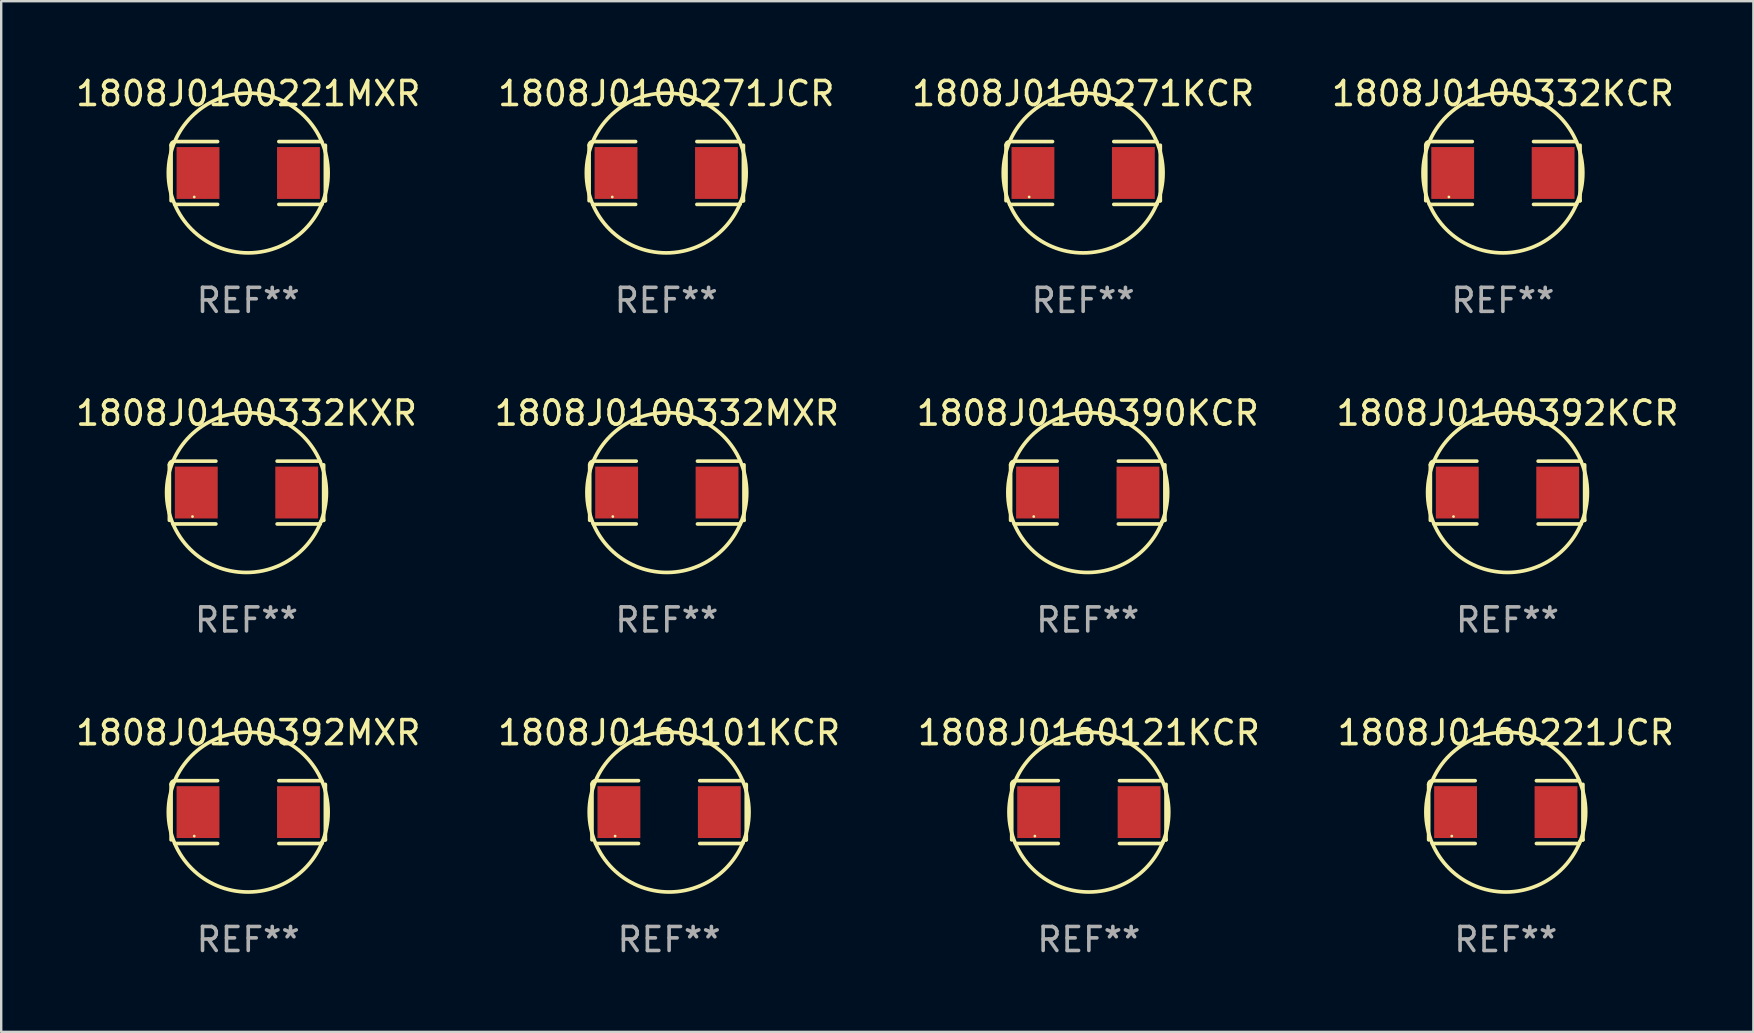
<source format=kicad_pcb>
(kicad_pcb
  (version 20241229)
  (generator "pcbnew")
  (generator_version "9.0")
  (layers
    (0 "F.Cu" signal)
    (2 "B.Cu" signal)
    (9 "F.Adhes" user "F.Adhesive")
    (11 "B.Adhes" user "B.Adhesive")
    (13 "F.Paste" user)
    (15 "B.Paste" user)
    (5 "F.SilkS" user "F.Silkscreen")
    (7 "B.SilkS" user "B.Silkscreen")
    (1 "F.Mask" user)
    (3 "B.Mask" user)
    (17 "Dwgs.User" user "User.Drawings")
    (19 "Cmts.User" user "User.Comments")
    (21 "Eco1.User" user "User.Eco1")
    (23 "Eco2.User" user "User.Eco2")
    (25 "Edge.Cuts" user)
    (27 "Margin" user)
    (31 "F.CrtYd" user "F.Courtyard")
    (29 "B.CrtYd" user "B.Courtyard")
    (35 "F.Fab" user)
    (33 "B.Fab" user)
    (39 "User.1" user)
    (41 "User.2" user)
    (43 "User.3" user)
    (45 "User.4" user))
  (footprint "1808J0100271JCR"
    (layer "F.Cu")
    (at 24.708 4.157)
    (property "Reference" "1808J0100271JCR" (at 0 -3.309 0) (layer "F.SilkS") (effects (font (size 1 1) (thickness 0.15))))
    (attr through_hole)
    (fp_line (start -3.214 -1.156) (end -3.214 1.156) (stroke (width 0.152) (type solid)) (layer "F.SilkS"))
    (fp_line (start -3.061 1.309) (end -1.276 1.309) (stroke (width 0.152) (type solid)) (layer "F.SilkS"))
    (fp_line (start -1.276 -1.309) (end -3.061 -1.309) (stroke (width 0.152) (type solid)) (layer "F.SilkS"))
    (fp_line (start 1.276 -1.309) (end 3.061 -1.309) (stroke (width 0.152) (type solid)) (layer "F.SilkS"))
    (fp_line (start 3.061 1.309) (end 1.276 1.309) (stroke (width 0.152) (type solid)) (layer "F.SilkS"))
    (fp_line (start 3.214 -1.156) (end 3.214 1.156) (stroke (width 0.152) (type solid)) (layer "F.SilkS"))
    (fp_arc (start -3.21359 -1.15621) (mid -3.168953 -1.263974) (end -3.061189 -1.308611) (stroke (width 0.1524) (type solid)) (layer "F.SilkS"))
    (fp_arc (start 3.061188 1.308611) (mid 3.105825 1.200847) (end 3.213589 1.15621) (stroke (width 0.1524) (type solid)) (layer "F.SilkS"))
    (fp_arc (start 3.061189 -1.308611) (mid -3.061167 1.308589) (end 3.061189 -1.308611) (stroke (width 0.1524) (type solid)) (layer "F.SilkS"))
    (fp_circle (center -2.25 1) (end -2.22 1) (stroke (width 0.06) (type solid)) (fill no) (layer "F.SilkS"))
    (fp_text user "REF**" (at 0 5.309 0) (layer "F.Fab") (effects (font (size 1 1) (thickness 0.15))))
    (pad "1" smd rect (at -2.092 0) (size 1.785 2.16) (layers "F.Cu" "F.Mask" "F.Paste"))
    (pad "2" smd rect (at 2.092 0) (size 1.785 2.16) (layers "F.Cu" "F.Mask" "F.Paste")))
  (footprint "1808J0160121KCR"
    (layer "F.Cu")
    (at 42.315 30.784)
    (property "Reference" "1808J0160121KCR" (at 0 -3.309 0) (layer "F.SilkS") (effects (font (size 1 1) (thickness 0.15))))
    (attr through_hole)
    (fp_line (start -3.214 -1.156) (end -3.214 1.156) (stroke (width 0.152) (type solid)) (layer "F.SilkS"))
    (fp_line (start -3.061 1.309) (end -1.276 1.309) (stroke (width 0.152) (type solid)) (layer "F.SilkS"))
    (fp_line (start -1.276 -1.309) (end -3.061 -1.309) (stroke (width 0.152) (type solid)) (layer "F.SilkS"))
    (fp_line (start 1.276 -1.309) (end 3.061 -1.309) (stroke (width 0.152) (type solid)) (layer "F.SilkS"))
    (fp_line (start 3.061 1.309) (end 1.276 1.309) (stroke (width 0.152) (type solid)) (layer "F.SilkS"))
    (fp_line (start 3.214 -1.156) (end 3.214 1.156) (stroke (width 0.152) (type solid)) (layer "F.SilkS"))
    (fp_arc (start -3.21359 -1.15621) (mid -3.168953 -1.263974) (end -3.061189 -1.308611) (stroke (width 0.1524) (type solid)) (layer "F.SilkS"))
    (fp_arc (start 3.061188 1.308611) (mid 3.105825 1.200847) (end 3.213589 1.15621) (stroke (width 0.1524) (type solid)) (layer "F.SilkS"))
    (fp_arc (start 3.061189 -1.308611) (mid -3.061167 1.308589) (end 3.061189 -1.308611) (stroke (width 0.1524) (type solid)) (layer "F.SilkS"))
    (fp_circle (center -2.25 1) (end -2.22 1) (stroke (width 0.06) (type solid)) (fill no) (layer "F.SilkS"))
    (fp_text user "REF**" (at 0 5.309 0) (layer "F.Fab") (effects (font (size 1 1) (thickness 0.15))))
    (pad "1" smd rect (at -2.092 0) (size 1.785 2.16) (layers "F.Cu" "F.Mask" "F.Paste"))
    (pad "2" smd rect (at 2.092 0) (size 1.785 2.16) (layers "F.Cu" "F.Mask" "F.Paste")))
  (footprint "1808J0100392KCR"
    (layer "F.Cu")
    (at 59.756 17.471)
    (property "Reference" "1808J0100392KCR" (at 0 -3.309 0) (layer "F.SilkS") (effects (font (size 1 1) (thickness 0.15))))
    (attr through_hole)
    (fp_line (start -3.214 -1.156) (end -3.214 1.156) (stroke (width 0.152) (type solid)) (layer "F.SilkS"))
    (fp_line (start -3.061 1.309) (end -1.276 1.309) (stroke (width 0.152) (type solid)) (layer "F.SilkS"))
    (fp_line (start -1.276 -1.309) (end -3.061 -1.309) (stroke (width 0.152) (type solid)) (layer "F.SilkS"))
    (fp_line (start 1.276 -1.309) (end 3.061 -1.309) (stroke (width 0.152) (type solid)) (layer "F.SilkS"))
    (fp_line (start 3.061 1.309) (end 1.276 1.309) (stroke (width 0.152) (type solid)) (layer "F.SilkS"))
    (fp_line (start 3.214 -1.156) (end 3.214 1.156) (stroke (width 0.152) (type solid)) (layer "F.SilkS"))
    (fp_arc (start -3.21359 -1.15621) (mid -3.168953 -1.263974) (end -3.061189 -1.308611) (stroke (width 0.1524) (type solid)) (layer "F.SilkS"))
    (fp_arc (start 3.061188 1.308611) (mid 3.105825 1.200847) (end 3.213589 1.15621) (stroke (width 0.1524) (type solid)) (layer "F.SilkS"))
    (fp_arc (start 3.061189 -1.308611) (mid -3.061167 1.308589) (end 3.061189 -1.308611) (stroke (width 0.1524) (type solid)) (layer "F.SilkS"))
    (fp_circle (center -2.25 1) (end -2.22 1) (stroke (width 0.06) (type solid)) (fill no) (layer "F.SilkS"))
    (fp_text user "REF**" (at 0 5.309 0) (layer "F.Fab") (effects (font (size 1 1) (thickness 0.15))))
    (pad "1" smd rect (at -2.092 0) (size 1.785 2.16) (layers "F.Cu" "F.Mask" "F.Paste"))
    (pad "2" smd rect (at 2.092 0) (size 1.785 2.16) (layers "F.Cu" "F.Mask" "F.Paste")))
  (footprint "1808J0100271KCR"
    (layer "F.Cu")
    (at 42.077 4.157)
    (property "Reference" "1808J0100271KCR" (at 0 -3.309 0) (layer "F.SilkS") (effects (font (size 1 1) (thickness 0.15))))
    (attr through_hole)
    (fp_line (start -3.214 -1.156) (end -3.214 1.156) (stroke (width 0.152) (type solid)) (layer "F.SilkS"))
    (fp_line (start -3.061 1.309) (end -1.276 1.309) (stroke (width 0.152) (type solid)) (layer "F.SilkS"))
    (fp_line (start -1.276 -1.309) (end -3.061 -1.309) (stroke (width 0.152) (type solid)) (layer "F.SilkS"))
    (fp_line (start 1.276 -1.309) (end 3.061 -1.309) (stroke (width 0.152) (type solid)) (layer "F.SilkS"))
    (fp_line (start 3.061 1.309) (end 1.276 1.309) (stroke (width 0.152) (type solid)) (layer "F.SilkS"))
    (fp_line (start 3.214 -1.156) (end 3.214 1.156) (stroke (width 0.152) (type solid)) (layer "F.SilkS"))
    (fp_arc (start -3.21359 -1.15621) (mid -3.168953 -1.263974) (end -3.061189 -1.308611) (stroke (width 0.1524) (type solid)) (layer "F.SilkS"))
    (fp_arc (start 3.061188 1.308611) (mid 3.105825 1.200847) (end 3.213589 1.15621) (stroke (width 0.1524) (type solid)) (layer "F.SilkS"))
    (fp_arc (start 3.061189 -1.308611) (mid -3.061167 1.308589) (end 3.061189 -1.308611) (stroke (width 0.1524) (type solid)) (layer "F.SilkS"))
    (fp_circle (center -2.25 1) (end -2.22 1) (stroke (width 0.06) (type solid)) (fill no) (layer "F.SilkS"))
    (fp_text user "REF**" (at 0 5.309 0) (layer "F.Fab") (effects (font (size 1 1) (thickness 0.15))))
    (pad "1" smd rect (at -2.092 0) (size 1.785 2.16) (layers "F.Cu" "F.Mask" "F.Paste"))
    (pad "2" smd rect (at 2.092 0) (size 1.785 2.16) (layers "F.Cu" "F.Mask" "F.Paste")))
  (footprint "1808J0100332KCR"
    (layer "F.Cu")
    (at 59.565 4.157)
    (property "Reference" "1808J0100332KCR" (at 0 -3.309 0) (layer "F.SilkS") (effects (font (size 1 1) (thickness 0.15))))
    (attr through_hole)
    (fp_line (start -3.214 -1.156) (end -3.214 1.156) (stroke (width 0.152) (type solid)) (layer "F.SilkS"))
    (fp_line (start -3.061 1.309) (end -1.276 1.309) (stroke (width 0.152) (type solid)) (layer "F.SilkS"))
    (fp_line (start -1.276 -1.309) (end -3.061 -1.309) (stroke (width 0.152) (type solid)) (layer "F.SilkS"))
    (fp_line (start 1.276 -1.309) (end 3.061 -1.309) (stroke (width 0.152) (type solid)) (layer "F.SilkS"))
    (fp_line (start 3.061 1.309) (end 1.276 1.309) (stroke (width 0.152) (type solid)) (layer "F.SilkS"))
    (fp_line (start 3.214 -1.156) (end 3.214 1.156) (stroke (width 0.152) (type solid)) (layer "F.SilkS"))
    (fp_arc (start -3.21359 -1.15621) (mid -3.168953 -1.263974) (end -3.061189 -1.308611) (stroke (width 0.1524) (type solid)) (layer "F.SilkS"))
    (fp_arc (start 3.061188 1.308611) (mid 3.105825 1.200847) (end 3.213589 1.15621) (stroke (width 0.1524) (type solid)) (layer "F.SilkS"))
    (fp_arc (start 3.061189 -1.308611) (mid -3.061167 1.308589) (end 3.061189 -1.308611) (stroke (width 0.1524) (type solid)) (layer "F.SilkS"))
    (fp_circle (center -2.25 1) (end -2.22 1) (stroke (width 0.06) (type solid)) (fill no) (layer "F.SilkS"))
    (fp_text user "REF**" (at 0 5.309 0) (layer "F.Fab") (effects (font (size 1 1) (thickness 0.15))))
    (pad "1" smd rect (at -2.092 0) (size 1.785 2.16) (layers "F.Cu" "F.Mask" "F.Paste"))
    (pad "2" smd rect (at 2.092 0) (size 1.785 2.16) (layers "F.Cu" "F.Mask" "F.Paste")))
  (footprint "1808J0160221JCR"
    (layer "F.Cu")
    (at 59.685 30.784)
    (property "Reference" "1808J0160221JCR" (at 0 -3.309 0) (layer "F.SilkS") (effects (font (size 1 1) (thickness 0.15))))
    (attr through_hole)
    (fp_line (start -3.214 -1.156) (end -3.214 1.156) (stroke (width 0.152) (type solid)) (layer "F.SilkS"))
    (fp_line (start -3.061 1.309) (end -1.276 1.309) (stroke (width 0.152) (type solid)) (layer "F.SilkS"))
    (fp_line (start -1.276 -1.309) (end -3.061 -1.309) (stroke (width 0.152) (type solid)) (layer "F.SilkS"))
    (fp_line (start 1.276 -1.309) (end 3.061 -1.309) (stroke (width 0.152) (type solid)) (layer "F.SilkS"))
    (fp_line (start 3.061 1.309) (end 1.276 1.309) (stroke (width 0.152) (type solid)) (layer "F.SilkS"))
    (fp_line (start 3.214 -1.156) (end 3.214 1.156) (stroke (width 0.152) (type solid)) (layer "F.SilkS"))
    (fp_arc (start -3.21359 -1.15621) (mid -3.168953 -1.263974) (end -3.061189 -1.308611) (stroke (width 0.1524) (type solid)) (layer "F.SilkS"))
    (fp_arc (start 3.061188 1.308611) (mid 3.105825 1.200847) (end 3.213589 1.15621) (stroke (width 0.1524) (type solid)) (layer "F.SilkS"))
    (fp_arc (start 3.061189 -1.308611) (mid -3.061167 1.308589) (end 3.061189 -1.308611) (stroke (width 0.1524) (type solid)) (layer "F.SilkS"))
    (fp_circle (center -2.25 1) (end -2.22 1) (stroke (width 0.06) (type solid)) (fill no) (layer "F.SilkS"))
    (fp_text user "REF**" (at 0 5.309 0) (layer "F.Fab") (effects (font (size 1 1) (thickness 0.15))))
    (pad "1" smd rect (at -2.092 0) (size 1.785 2.16) (layers "F.Cu" "F.Mask" "F.Paste"))
    (pad "2" smd rect (at 2.092 0) (size 1.785 2.16) (layers "F.Cu" "F.Mask" "F.Paste")))
  (footprint "1808J0100332MXR"
    (layer "F.Cu")
    (at 24.732 17.471)
    (property "Reference" "1808J0100332MXR" (at 0 -3.309 0) (layer "F.SilkS") (effects (font (size 1 1) (thickness 0.15))))
    (attr through_hole)
    (fp_line (start -3.214 -1.156) (end -3.214 1.156) (stroke (width 0.152) (type solid)) (layer "F.SilkS"))
    (fp_line (start -3.061 1.309) (end -1.276 1.309) (stroke (width 0.152) (type solid)) (layer "F.SilkS"))
    (fp_line (start -1.276 -1.309) (end -3.061 -1.309) (stroke (width 0.152) (type solid)) (layer "F.SilkS"))
    (fp_line (start 1.276 -1.309) (end 3.061 -1.309) (stroke (width 0.152) (type solid)) (layer "F.SilkS"))
    (fp_line (start 3.061 1.309) (end 1.276 1.309) (stroke (width 0.152) (type solid)) (layer "F.SilkS"))
    (fp_line (start 3.214 -1.156) (end 3.214 1.156) (stroke (width 0.152) (type solid)) (layer "F.SilkS"))
    (fp_arc (start -3.21359 -1.15621) (mid -3.168953 -1.263974) (end -3.061189 -1.308611) (stroke (width 0.1524) (type solid)) (layer "F.SilkS"))
    (fp_arc (start 3.061188 1.308611) (mid 3.105825 1.200847) (end 3.213589 1.15621) (stroke (width 0.1524) (type solid)) (layer "F.SilkS"))
    (fp_arc (start 3.061189 -1.308611) (mid -3.061167 1.308589) (end 3.061189 -1.308611) (stroke (width 0.1524) (type solid)) (layer "F.SilkS"))
    (fp_circle (center -2.25 1) (end -2.22 1) (stroke (width 0.06) (type solid)) (fill no) (layer "F.SilkS"))
    (fp_text user "REF**" (at 0 5.309 0) (layer "F.Fab") (effects (font (size 1 1) (thickness 0.15))))
    (pad "1" smd rect (at -2.092 0) (size 1.785 2.16) (layers "F.Cu" "F.Mask" "F.Paste"))
    (pad "2" smd rect (at 2.092 0) (size 1.785 2.16) (layers "F.Cu" "F.Mask" "F.Paste")))
  (footprint "1808J0100392MXR"
    (layer "F.Cu")
    (at 7.292 30.784)
    (property "Reference" "1808J0100392MXR" (at 0 -3.309 0) (layer "F.SilkS") (effects (font (size 1 1) (thickness 0.15))))
    (attr through_hole)
    (fp_line (start -3.214 -1.156) (end -3.214 1.156) (stroke (width 0.152) (type solid)) (layer "F.SilkS"))
    (fp_line (start -3.061 1.309) (end -1.276 1.309) (stroke (width 0.152) (type solid)) (layer "F.SilkS"))
    (fp_line (start -1.276 -1.309) (end -3.061 -1.309) (stroke (width 0.152) (type solid)) (layer "F.SilkS"))
    (fp_line (start 1.276 -1.309) (end 3.061 -1.309) (stroke (width 0.152) (type solid)) (layer "F.SilkS"))
    (fp_line (start 3.061 1.309) (end 1.276 1.309) (stroke (width 0.152) (type solid)) (layer "F.SilkS"))
    (fp_line (start 3.214 -1.156) (end 3.214 1.156) (stroke (width 0.152) (type solid)) (layer "F.SilkS"))
    (fp_arc (start -3.21359 -1.15621) (mid -3.168953 -1.263974) (end -3.061189 -1.308611) (stroke (width 0.1524) (type solid)) (layer "F.SilkS"))
    (fp_arc (start 3.061188 1.308611) (mid 3.105825 1.200847) (end 3.213589 1.15621) (stroke (width 0.1524) (type solid)) (layer "F.SilkS"))
    (fp_arc (start 3.061189 -1.308611) (mid -3.061167 1.308589) (end 3.061189 -1.308611) (stroke (width 0.1524) (type solid)) (layer "F.SilkS"))
    (fp_circle (center -2.25 1) (end -2.22 1) (stroke (width 0.06) (type solid)) (fill no) (layer "F.SilkS"))
    (fp_text user "REF**" (at 0 5.309 0) (layer "F.Fab") (effects (font (size 1 1) (thickness 0.15))))
    (pad "1" smd rect (at -2.092 0) (size 1.785 2.16) (layers "F.Cu" "F.Mask" "F.Paste"))
    (pad "2" smd rect (at 2.092 0) (size 1.785 2.16) (layers "F.Cu" "F.Mask" "F.Paste")))
  (footprint "1808J0100390KCR"
    (layer "F.Cu")
    (at 42.268 17.471)
    (property "Reference" "1808J0100390KCR" (at 0 -3.309 0) (layer "F.SilkS") (effects (font (size 1 1) (thickness 0.15))))
    (attr through_hole)
    (fp_line (start -3.214 -1.156) (end -3.214 1.156) (stroke (width 0.152) (type solid)) (layer "F.SilkS"))
    (fp_line (start -3.061 1.309) (end -1.276 1.309) (stroke (width 0.152) (type solid)) (layer "F.SilkS"))
    (fp_line (start -1.276 -1.309) (end -3.061 -1.309) (stroke (width 0.152) (type solid)) (layer "F.SilkS"))
    (fp_line (start 1.276 -1.309) (end 3.061 -1.309) (stroke (width 0.152) (type solid)) (layer "F.SilkS"))
    (fp_line (start 3.061 1.309) (end 1.276 1.309) (stroke (width 0.152) (type solid)) (layer "F.SilkS"))
    (fp_line (start 3.214 -1.156) (end 3.214 1.156) (stroke (width 0.152) (type solid)) (layer "F.SilkS"))
    (fp_arc (start -3.21359 -1.15621) (mid -3.168953 -1.263974) (end -3.061189 -1.308611) (stroke (width 0.1524) (type solid)) (layer "F.SilkS"))
    (fp_arc (start 3.061188 1.308611) (mid 3.105825 1.200847) (end 3.213589 1.15621) (stroke (width 0.1524) (type solid)) (layer "F.SilkS"))
    (fp_arc (start 3.061189 -1.308611) (mid -3.061167 1.308589) (end 3.061189 -1.308611) (stroke (width 0.1524) (type solid)) (layer "F.SilkS"))
    (fp_circle (center -2.25 1) (end -2.22 1) (stroke (width 0.06) (type solid)) (fill no) (layer "F.SilkS"))
    (fp_text user "REF**" (at 0 5.309 0) (layer "F.Fab") (effects (font (size 1 1) (thickness 0.15))))
    (pad "1" smd rect (at -2.092 0) (size 1.785 2.16) (layers "F.Cu" "F.Mask" "F.Paste"))
    (pad "2" smd rect (at 2.092 0) (size 1.785 2.16) (layers "F.Cu" "F.Mask" "F.Paste")))
  (footprint "1808J0100332KXR"
    (layer "F.Cu")
    (at 7.22 17.471)
    (property "Reference" "1808J0100332KXR" (at 0 -3.309 0) (layer "F.SilkS") (effects (font (size 1 1) (thickness 0.15))))
    (attr through_hole)
    (fp_line (start -3.214 -1.156) (end -3.214 1.156) (stroke (width 0.152) (type solid)) (layer "F.SilkS"))
    (fp_line (start -3.061 1.309) (end -1.276 1.309) (stroke (width 0.152) (type solid)) (layer "F.SilkS"))
    (fp_line (start -1.276 -1.309) (end -3.061 -1.309) (stroke (width 0.152) (type solid)) (layer "F.SilkS"))
    (fp_line (start 1.276 -1.309) (end 3.061 -1.309) (stroke (width 0.152) (type solid)) (layer "F.SilkS"))
    (fp_line (start 3.061 1.309) (end 1.276 1.309) (stroke (width 0.152) (type solid)) (layer "F.SilkS"))
    (fp_line (start 3.214 -1.156) (end 3.214 1.156) (stroke (width 0.152) (type solid)) (layer "F.SilkS"))
    (fp_arc (start -3.21359 -1.15621) (mid -3.168953 -1.263974) (end -3.061189 -1.308611) (stroke (width 0.1524) (type solid)) (layer "F.SilkS"))
    (fp_arc (start 3.061188 1.308611) (mid 3.105825 1.200847) (end 3.213589 1.15621) (stroke (width 0.1524) (type solid)) (layer "F.SilkS"))
    (fp_arc (start 3.061189 -1.308611) (mid -3.061167 1.308589) (end 3.061189 -1.308611) (stroke (width 0.1524) (type solid)) (layer "F.SilkS"))
    (fp_circle (center -2.25 1) (end -2.22 1) (stroke (width 0.06) (type solid)) (fill no) (layer "F.SilkS"))
    (fp_text user "REF**" (at 0 5.309 0) (layer "F.Fab") (effects (font (size 1 1) (thickness 0.15))))
    (pad "1" smd rect (at -2.092 0) (size 1.785 2.16) (layers "F.Cu" "F.Mask" "F.Paste"))
    (pad "2" smd rect (at 2.092 0) (size 1.785 2.16) (layers "F.Cu" "F.Mask" "F.Paste")))
  (footprint "1808J0100221MXR"
    (layer "F.Cu")
    (at 7.292 4.157)
    (property "Reference" "1808J0100221MXR" (at 0 -3.309 0) (layer "F.SilkS") (effects (font (size 1 1) (thickness 0.15))))
    (attr through_hole)
    (fp_line (start -3.214 -1.156) (end -3.214 1.156) (stroke (width 0.152) (type solid)) (layer "F.SilkS"))
    (fp_line (start -3.061 1.309) (end -1.276 1.309) (stroke (width 0.152) (type solid)) (layer "F.SilkS"))
    (fp_line (start -1.276 -1.309) (end -3.061 -1.309) (stroke (width 0.152) (type solid)) (layer "F.SilkS"))
    (fp_line (start 1.276 -1.309) (end 3.061 -1.309) (stroke (width 0.152) (type solid)) (layer "F.SilkS"))
    (fp_line (start 3.061 1.309) (end 1.276 1.309) (stroke (width 0.152) (type solid)) (layer "F.SilkS"))
    (fp_line (start 3.214 -1.156) (end 3.214 1.156) (stroke (width 0.152) (type solid)) (layer "F.SilkS"))
    (fp_arc (start -3.21359 -1.15621) (mid -3.168953 -1.263974) (end -3.061189 -1.308611) (stroke (width 0.1524) (type solid)) (layer "F.SilkS"))
    (fp_arc (start 3.061188 1.308611) (mid 3.105825 1.200847) (end 3.213589 1.15621) (stroke (width 0.1524) (type solid)) (layer "F.SilkS"))
    (fp_arc (start 3.061189 -1.308611) (mid -3.061167 1.308589) (end 3.061189 -1.308611) (stroke (width 0.1524) (type solid)) (layer "F.SilkS"))
    (fp_circle (center -2.25 1) (end -2.22 1) (stroke (width 0.06) (type solid)) (fill no) (layer "F.SilkS"))
    (fp_text user "REF**" (at 0 5.309 0) (layer "F.Fab") (effects (font (size 1 1) (thickness 0.15))))
    (pad "1" smd rect (at -2.092 0) (size 1.785 2.16) (layers "F.Cu" "F.Mask" "F.Paste"))
    (pad "2" smd rect (at 2.092 0) (size 1.785 2.16) (layers "F.Cu" "F.Mask" "F.Paste")))
  (footprint "1808J0160101KCR"
    (layer "F.Cu")
    (at 24.827 30.784)
    (property "Reference" "1808J0160101KCR" (at 0 -3.309 0) (layer "F.SilkS") (effects (font (size 1 1) (thickness 0.15))))
    (attr through_hole)
    (fp_line (start -3.214 -1.156) (end -3.214 1.156) (stroke (width 0.152) (type solid)) (layer "F.SilkS"))
    (fp_line (start -3.061 1.309) (end -1.276 1.309) (stroke (width 0.152) (type solid)) (layer "F.SilkS"))
    (fp_line (start -1.276 -1.309) (end -3.061 -1.309) (stroke (width 0.152) (type solid)) (layer "F.SilkS"))
    (fp_line (start 1.276 -1.309) (end 3.061 -1.309) (stroke (width 0.152) (type solid)) (layer "F.SilkS"))
    (fp_line (start 3.061 1.309) (end 1.276 1.309) (stroke (width 0.152) (type solid)) (layer "F.SilkS"))
    (fp_line (start 3.214 -1.156) (end 3.214 1.156) (stroke (width 0.152) (type solid)) (layer "F.SilkS"))
    (fp_arc (start -3.21359 -1.15621) (mid -3.168953 -1.263974) (end -3.061189 -1.308611) (stroke (width 0.1524) (type solid)) (layer "F.SilkS"))
    (fp_arc (start 3.061188 1.308611) (mid 3.105825 1.200847) (end 3.213589 1.15621) (stroke (width 0.1524) (type solid)) (layer "F.SilkS"))
    (fp_arc (start 3.061189 -1.308611) (mid -3.061167 1.308589) (end 3.061189 -1.308611) (stroke (width 0.1524) (type solid)) (layer "F.SilkS"))
    (fp_circle (center -2.25 1) (end -2.22 1) (stroke (width 0.06) (type solid)) (fill no) (layer "F.SilkS"))
    (fp_text user "REF**" (at 0 5.309 0) (layer "F.Fab") (effects (font (size 1 1) (thickness 0.15))))
    (pad "1" smd rect (at -2.092 0) (size 1.785 2.16) (layers "F.Cu" "F.Mask" "F.Paste"))
    (pad "2" smd rect (at 2.092 0) (size 1.785 2.16) (layers "F.Cu" "F.Mask" "F.Paste")))
  (gr_rect
    (start -3 -3)
    (end 70 39.941)
    (stroke (width 0.1) (type default))
    (fill no)
    (layer "Edge.Cuts")))
</source>
